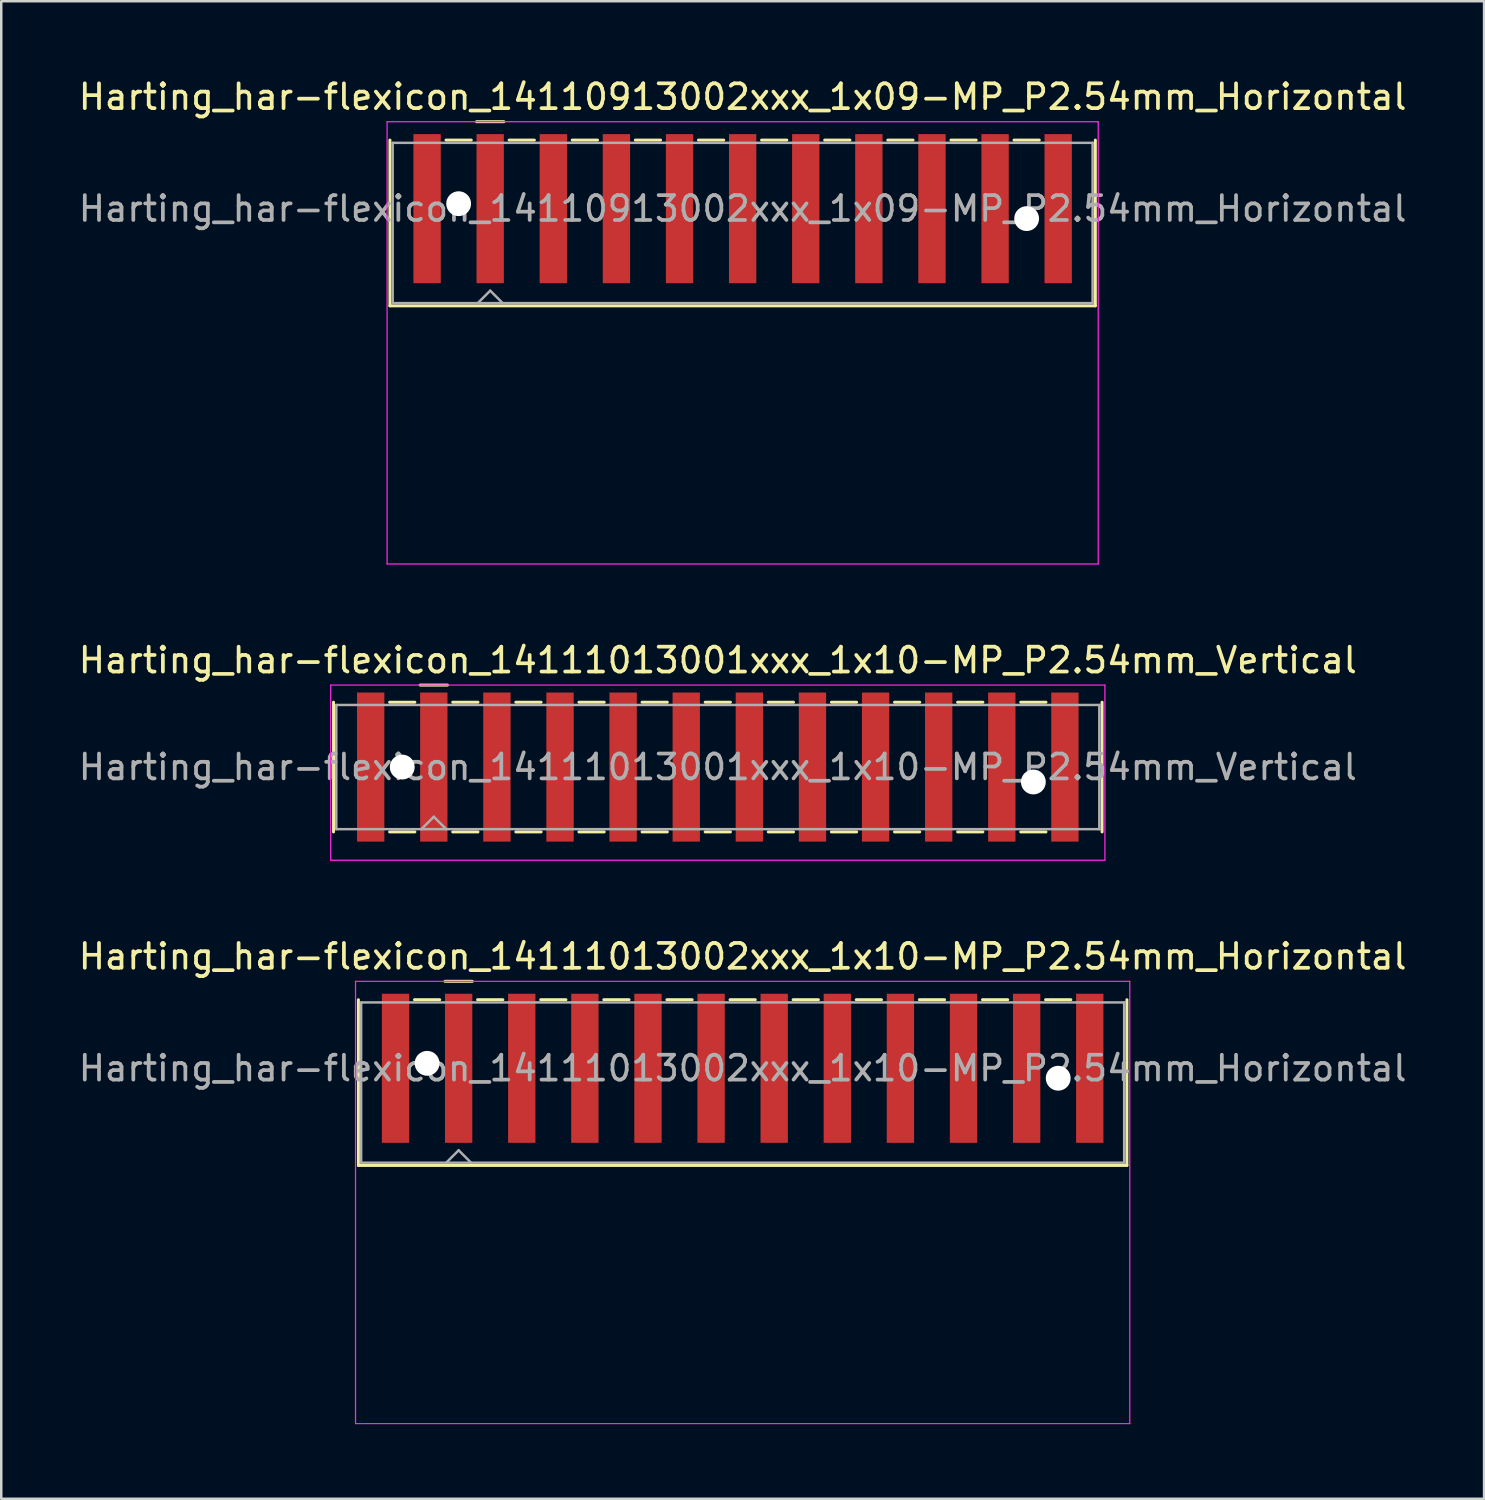
<source format=kicad_pcb>
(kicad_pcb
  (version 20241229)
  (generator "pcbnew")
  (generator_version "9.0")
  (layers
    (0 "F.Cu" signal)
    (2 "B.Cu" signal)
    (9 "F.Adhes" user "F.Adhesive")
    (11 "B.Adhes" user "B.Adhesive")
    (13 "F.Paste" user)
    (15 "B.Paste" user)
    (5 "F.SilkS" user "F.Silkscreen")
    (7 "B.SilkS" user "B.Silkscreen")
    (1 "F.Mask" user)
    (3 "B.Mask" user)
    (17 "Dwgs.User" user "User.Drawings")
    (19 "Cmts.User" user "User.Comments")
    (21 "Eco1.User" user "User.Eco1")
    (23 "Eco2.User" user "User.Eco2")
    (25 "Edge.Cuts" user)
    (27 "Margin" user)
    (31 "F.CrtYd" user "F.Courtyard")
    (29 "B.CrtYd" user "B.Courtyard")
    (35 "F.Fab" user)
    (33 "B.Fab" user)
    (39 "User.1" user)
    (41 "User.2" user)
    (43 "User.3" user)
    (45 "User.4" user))
  (footprint "Harting_har-flexicon_14111013001xxx_1x10-MP_P2.54mm_Vertical"
    (layer "F.Cu")
    (at 25.839 27.822)
    (property "Reference" "Harting_har-flexicon_14111013001xxx_1x10-MP_P2.54mm_Vertical" (at 0 -4.3 0) (layer "F.SilkS") (effects (font (size 1 1) (thickness 0.15))))
    (attr smd)
    (fp_line (start -15.465 -2.61) (end -15.465 2.61) (stroke (width 0.12) (type solid)) (layer "F.SilkS"))
    (fp_line (start -13.208 -2.61) (end -12.192 -2.61) (stroke (width 0.12) (type solid)) (layer "F.SilkS"))
    (fp_line (start -13.208 2.61) (end -12.192 2.61) (stroke (width 0.12) (type solid)) (layer "F.SilkS"))
    (fp_line (start -11.98 -3.3) (end -10.88 -3.3) (stroke (width 0.12) (type solid)) (layer "F.SilkS"))
    (fp_line (start -10.668 -2.61) (end -9.652 -2.61) (stroke (width 0.12) (type solid)) (layer "F.SilkS"))
    (fp_line (start -10.668 2.61) (end -9.652 2.61) (stroke (width 0.12) (type solid)) (layer "F.SilkS"))
    (fp_line (start -8.128 -2.61) (end -7.112 -2.61) (stroke (width 0.12) (type solid)) (layer "F.SilkS"))
    (fp_line (start -8.128 2.61) (end -7.112 2.61) (stroke (width 0.12) (type solid)) (layer "F.SilkS"))
    (fp_line (start -5.588 -2.61) (end -4.572 -2.61) (stroke (width 0.12) (type solid)) (layer "F.SilkS"))
    (fp_line (start -5.588 2.61) (end -4.572 2.61) (stroke (width 0.12) (type solid)) (layer "F.SilkS"))
    (fp_line (start -3.048 -2.61) (end -2.032 -2.61) (stroke (width 0.12) (type solid)) (layer "F.SilkS"))
    (fp_line (start -3.048 2.61) (end -2.032 2.61) (stroke (width 0.12) (type solid)) (layer "F.SilkS"))
    (fp_line (start -0.508 -2.61) (end 0.508 -2.61) (stroke (width 0.12) (type solid)) (layer "F.SilkS"))
    (fp_line (start -0.508 2.61) (end 0.508 2.61) (stroke (width 0.12) (type solid)) (layer "F.SilkS"))
    (fp_line (start 2.032 -2.61) (end 3.048 -2.61) (stroke (width 0.12) (type solid)) (layer "F.SilkS"))
    (fp_line (start 2.032 2.61) (end 3.048 2.61) (stroke (width 0.12) (type solid)) (layer "F.SilkS"))
    (fp_line (start 4.572 -2.61) (end 5.588 -2.61) (stroke (width 0.12) (type solid)) (layer "F.SilkS"))
    (fp_line (start 4.572 2.61) (end 5.588 2.61) (stroke (width 0.12) (type solid)) (layer "F.SilkS"))
    (fp_line (start 7.112 -2.61) (end 8.128 -2.61) (stroke (width 0.12) (type solid)) (layer "F.SilkS"))
    (fp_line (start 7.112 2.61) (end 8.128 2.61) (stroke (width 0.12) (type solid)) (layer "F.SilkS"))
    (fp_line (start 9.652 -2.61) (end 10.668 -2.61) (stroke (width 0.12) (type solid)) (layer "F.SilkS"))
    (fp_line (start 9.652 2.61) (end 10.668 2.61) (stroke (width 0.12) (type solid)) (layer "F.SilkS"))
    (fp_line (start 12.192 -2.61) (end 13.208 -2.61) (stroke (width 0.12) (type solid)) (layer "F.SilkS"))
    (fp_line (start 12.192 2.61) (end 13.208 2.61) (stroke (width 0.12) (type solid)) (layer "F.SilkS"))
    (fp_line (start 15.465 -2.61) (end 15.465 2.61) (stroke (width 0.12) (type solid)) (layer "F.SilkS"))
    (fp_line (start -15.58 -3.3) (end -15.58 3.75) (stroke (width 0.05) (type solid)) (layer "F.CrtYd"))
    (fp_line (start -15.58 3.75) (end 15.58 3.75) (stroke (width 0.05) (type solid)) (layer "F.CrtYd"))
    (fp_line (start 15.58 -3.3) (end -15.58 -3.3) (stroke (width 0.05) (type solid)) (layer "F.CrtYd"))
    (fp_line (start 15.58 3.75) (end 15.58 -3.3) (stroke (width 0.05) (type solid)) (layer "F.CrtYd"))
    (fp_line (start -15.355 -2.5) (end -15.355 2.5) (stroke (width 0.1) (type solid)) (layer "F.Fab"))
    (fp_line (start -15.355 2.5) (end 15.355 2.5) (stroke (width 0.1) (type solid)) (layer "F.Fab"))
    (fp_line (start -11.93 2.5) (end -11.43 2) (stroke (width 0.1) (type solid)) (layer "F.Fab"))
    (fp_line (start -11.43 2) (end -10.93 2.5) (stroke (width 0.1) (type solid)) (layer "F.Fab"))
    (fp_line (start 15.355 -2.5) (end -15.355 -2.5) (stroke (width 0.1) (type solid)) (layer "F.Fab"))
    (fp_line (start 15.355 2.5) (end 15.355 -2.5) (stroke (width 0.1) (type solid)) (layer "F.Fab"))
    (fp_text user "${REFERENCE}" (at 0 0 0) (layer "F.Fab") (effects (font (size 1 1) (thickness 0.15))))
    (pad "" np_thru_hole circle (at -12.7 0) (size 1 1) (drill 1) (layers "*.Cu" "*.Mask"))
    (pad "" np_thru_hole circle (at 12.7 0.6) (size 1 1) (drill 1) (layers "*.Cu" "*.Mask"))
    (pad "1" smd rect (at -11.43 0) (size 1.1 6) (layers "F.Cu" "F.Mask" "F.Paste"))
    (pad "2" smd rect (at -8.89 0) (size 1.1 6) (layers "F.Cu" "F.Mask" "F.Paste"))
    (pad "3" smd rect (at -6.35 0) (size 1.1 6) (layers "F.Cu" "F.Mask" "F.Paste"))
    (pad "4" smd rect (at -3.81 0) (size 1.1 6) (layers "F.Cu" "F.Mask" "F.Paste"))
    (pad "5" smd rect (at -1.27 0) (size 1.1 6) (layers "F.Cu" "F.Mask" "F.Paste"))
    (pad "6" smd rect (at 1.27 0) (size 1.1 6) (layers "F.Cu" "F.Mask" "F.Paste"))
    (pad "7" smd rect (at 3.81 0) (size 1.1 6) (layers "F.Cu" "F.Mask" "F.Paste"))
    (pad "8" smd rect (at 6.35 0) (size 1.1 6) (layers "F.Cu" "F.Mask" "F.Paste"))
    (pad "9" smd rect (at 8.89 0) (size 1.1 6) (layers "F.Cu" "F.Mask" "F.Paste"))
    (pad "10" smd rect (at 11.43 0) (size 1.1 6) (layers "F.Cu" "F.Mask" "F.Paste"))
    (pad "MP" smd rect (at -13.97 0) (size 1.1 6) (layers "F.Cu" "F.Mask" "F.Paste"))
    (pad "MP" smd rect (at 13.97 0) (size 1.1 6) (layers "F.Cu" "F.Mask" "F.Paste")))
  (footprint "Harting_har-flexicon_14110913002xxx_1x09-MP_P2.54mm_Horizontal"
    (layer "F.Cu")
    (at 26.839 6.648)
    (property "Reference" "Harting_har-flexicon_14110913002xxx_1x09-MP_P2.54mm_Horizontal" (at 0 -5.8 0) (layer "F.SilkS") (effects (font (size 1 1) (thickness 0.15))))
    (attr smd)
    (fp_line (start -14.195 -4.06) (end -14.195 2.61) (stroke (width 0.12) (type solid)) (layer "F.SilkS"))
    (fp_line (start -11.938 -4.06) (end -10.922 -4.06) (stroke (width 0.12) (type solid)) (layer "F.SilkS"))
    (fp_line (start -10.71 -4.8) (end -9.61 -4.8) (stroke (width 0.12) (type solid)) (layer "F.SilkS"))
    (fp_line (start -9.398 -4.06) (end -8.382 -4.06) (stroke (width 0.12) (type solid)) (layer "F.SilkS"))
    (fp_line (start -6.858 -4.06) (end -5.842 -4.06) (stroke (width 0.12) (type solid)) (layer "F.SilkS"))
    (fp_line (start -4.318 -4.06) (end -3.302 -4.06) (stroke (width 0.12) (type solid)) (layer "F.SilkS"))
    (fp_line (start -1.778 -4.06) (end -0.762 -4.06) (stroke (width 0.12) (type solid)) (layer "F.SilkS"))
    (fp_line (start 0.762 -4.06) (end 1.778 -4.06) (stroke (width 0.12) (type solid)) (layer "F.SilkS"))
    (fp_line (start 3.302 -4.06) (end 4.318 -4.06) (stroke (width 0.12) (type solid)) (layer "F.SilkS"))
    (fp_line (start 5.842 -4.06) (end 6.858 -4.06) (stroke (width 0.12) (type solid)) (layer "F.SilkS"))
    (fp_line (start 8.382 -4.06) (end 9.398 -4.06) (stroke (width 0.12) (type solid)) (layer "F.SilkS"))
    (fp_line (start 10.922 -4.06) (end 11.938 -4.06) (stroke (width 0.12) (type solid)) (layer "F.SilkS"))
    (fp_line (start 14.195 -4.06) (end 14.195 2.61) (stroke (width 0.12) (type solid)) (layer "F.SilkS"))
    (fp_line (start 14.195 2.61) (end -14.195 2.61) (stroke (width 0.12) (type solid)) (layer "F.SilkS"))
    (fp_line (start -14.31 -4.8) (end -14.31 13) (stroke (width 0.05) (type solid)) (layer "F.CrtYd"))
    (fp_line (start -14.31 13) (end 14.31 13) (stroke (width 0.05) (type solid)) (layer "F.CrtYd"))
    (fp_line (start 14.31 -4.8) (end -14.31 -4.8) (stroke (width 0.05) (type solid)) (layer "F.CrtYd"))
    (fp_line (start 14.31 13) (end 14.31 -4.8) (stroke (width 0.05) (type solid)) (layer "F.CrtYd"))
    (fp_line (start -14.085 -3.95) (end -14.085 2.5) (stroke (width 0.1) (type solid)) (layer "F.Fab"))
    (fp_line (start -14.085 2.5) (end 14.085 2.5) (stroke (width 0.1) (type solid)) (layer "F.Fab"))
    (fp_line (start -10.66 2.5) (end -10.16 2) (stroke (width 0.1) (type solid)) (layer "F.Fab"))
    (fp_line (start -10.16 2) (end -9.66 2.5) (stroke (width 0.1) (type solid)) (layer "F.Fab"))
    (fp_line (start 14.085 -3.95) (end -14.085 -3.95) (stroke (width 0.1) (type solid)) (layer "F.Fab"))
    (fp_line (start 14.085 2.5) (end 14.085 -3.95) (stroke (width 0.1) (type solid)) (layer "F.Fab"))
    (fp_text user "${REFERENCE}" (at 0 -1.3 0) (layer "F.Fab") (effects (font (size 1 1) (thickness 0.15))))
    (pad "" np_thru_hole circle (at -11.43 -1.5) (size 1 1) (drill 1) (layers "*.Cu" "*.Mask"))
    (pad "" np_thru_hole circle (at 11.43 -0.9) (size 1 1) (drill 1) (layers "*.Cu" "*.Mask"))
    (pad "1" smd rect (at -10.16 -1.3) (size 1.1 6) (layers "F.Cu" "F.Mask" "F.Paste"))
    (pad "2" smd rect (at -7.62 -1.3) (size 1.1 6) (layers "F.Cu" "F.Mask" "F.Paste"))
    (pad "3" smd rect (at -5.08 -1.3) (size 1.1 6) (layers "F.Cu" "F.Mask" "F.Paste"))
    (pad "4" smd rect (at -2.54 -1.3) (size 1.1 6) (layers "F.Cu" "F.Mask" "F.Paste"))
    (pad "5" smd rect (at 0 -1.3) (size 1.1 6) (layers "F.Cu" "F.Mask" "F.Paste"))
    (pad "6" smd rect (at 2.54 -1.3) (size 1.1 6) (layers "F.Cu" "F.Mask" "F.Paste"))
    (pad "7" smd rect (at 5.08 -1.3) (size 1.1 6) (layers "F.Cu" "F.Mask" "F.Paste"))
    (pad "8" smd rect (at 7.62 -1.3) (size 1.1 6) (layers "F.Cu" "F.Mask" "F.Paste"))
    (pad "9" smd rect (at 10.16 -1.3) (size 1.1 6) (layers "F.Cu" "F.Mask" "F.Paste"))
    (pad "MP" smd rect (at -12.7 -1.3) (size 1.1 6) (layers "F.Cu" "F.Mask" "F.Paste"))
    (pad "MP" smd rect (at 12.7 -1.3) (size 1.1 6) (layers "F.Cu" "F.Mask" "F.Paste")))
  (footprint "Harting_har-flexicon_14111013002xxx_1x10-MP_P2.54mm_Horizontal"
    (layer "F.Cu")
    (at 26.839 41.245)
    (property "Reference" "Harting_har-flexicon_14111013002xxx_1x10-MP_P2.54mm_Horizontal" (at 0 -5.8 0) (layer "F.SilkS") (effects (font (size 1 1) (thickness 0.15))))
    (attr smd)
    (fp_line (start -15.465 -4.06) (end -15.465 2.61) (stroke (width 0.12) (type solid)) (layer "F.SilkS"))
    (fp_line (start -13.208 -4.06) (end -12.192 -4.06) (stroke (width 0.12) (type solid)) (layer "F.SilkS"))
    (fp_line (start -11.98 -4.8) (end -10.88 -4.8) (stroke (width 0.12) (type solid)) (layer "F.SilkS"))
    (fp_line (start -10.668 -4.06) (end -9.652 -4.06) (stroke (width 0.12) (type solid)) (layer "F.SilkS"))
    (fp_line (start -8.128 -4.06) (end -7.112 -4.06) (stroke (width 0.12) (type solid)) (layer "F.SilkS"))
    (fp_line (start -5.588 -4.06) (end -4.572 -4.06) (stroke (width 0.12) (type solid)) (layer "F.SilkS"))
    (fp_line (start -3.048 -4.06) (end -2.032 -4.06) (stroke (width 0.12) (type solid)) (layer "F.SilkS"))
    (fp_line (start -0.508 -4.06) (end 0.508 -4.06) (stroke (width 0.12) (type solid)) (layer "F.SilkS"))
    (fp_line (start 2.032 -4.06) (end 3.048 -4.06) (stroke (width 0.12) (type solid)) (layer "F.SilkS"))
    (fp_line (start 4.572 -4.06) (end 5.588 -4.06) (stroke (width 0.12) (type solid)) (layer "F.SilkS"))
    (fp_line (start 7.112 -4.06) (end 8.128 -4.06) (stroke (width 0.12) (type solid)) (layer "F.SilkS"))
    (fp_line (start 9.652 -4.06) (end 10.668 -4.06) (stroke (width 0.12) (type solid)) (layer "F.SilkS"))
    (fp_line (start 12.192 -4.06) (end 13.208 -4.06) (stroke (width 0.12) (type solid)) (layer "F.SilkS"))
    (fp_line (start 15.465 -4.06) (end 15.465 2.61) (stroke (width 0.12) (type solid)) (layer "F.SilkS"))
    (fp_line (start 15.465 2.61) (end -15.465 2.61) (stroke (width 0.12) (type solid)) (layer "F.SilkS"))
    (fp_line (start -15.58 -4.8) (end -15.58 13) (stroke (width 0.05) (type solid)) (layer "F.CrtYd"))
    (fp_line (start -15.58 13) (end 15.58 13) (stroke (width 0.05) (type solid)) (layer "F.CrtYd"))
    (fp_line (start 15.58 -4.8) (end -15.58 -4.8) (stroke (width 0.05) (type solid)) (layer "F.CrtYd"))
    (fp_line (start 15.58 13) (end 15.58 -4.8) (stroke (width 0.05) (type solid)) (layer "F.CrtYd"))
    (fp_line (start -15.355 -3.95) (end -15.355 2.5) (stroke (width 0.1) (type solid)) (layer "F.Fab"))
    (fp_line (start -15.355 2.5) (end 15.355 2.5) (stroke (width 0.1) (type solid)) (layer "F.Fab"))
    (fp_line (start -11.93 2.5) (end -11.43 2) (stroke (width 0.1) (type solid)) (layer "F.Fab"))
    (fp_line (start -11.43 2) (end -10.93 2.5) (stroke (width 0.1) (type solid)) (layer "F.Fab"))
    (fp_line (start 15.355 -3.95) (end -15.355 -3.95) (stroke (width 0.1) (type solid)) (layer "F.Fab"))
    (fp_line (start 15.355 2.5) (end 15.355 -3.95) (stroke (width 0.1) (type solid)) (layer "F.Fab"))
    (fp_text user "${REFERENCE}" (at 0 -1.3 0) (layer "F.Fab") (effects (font (size 1 1) (thickness 0.15))))
    (pad "" np_thru_hole circle (at -12.7 -1.5) (size 1 1) (drill 1) (layers "*.Cu" "*.Mask"))
    (pad "" np_thru_hole circle (at 12.7 -0.9) (size 1 1) (drill 1) (layers "*.Cu" "*.Mask"))
    (pad "1" smd rect (at -11.43 -1.3) (size 1.1 6) (layers "F.Cu" "F.Mask" "F.Paste"))
    (pad "2" smd rect (at -8.89 -1.3) (size 1.1 6) (layers "F.Cu" "F.Mask" "F.Paste"))
    (pad "3" smd rect (at -6.35 -1.3) (size 1.1 6) (layers "F.Cu" "F.Mask" "F.Paste"))
    (pad "4" smd rect (at -3.81 -1.3) (size 1.1 6) (layers "F.Cu" "F.Mask" "F.Paste"))
    (pad "5" smd rect (at -1.27 -1.3) (size 1.1 6) (layers "F.Cu" "F.Mask" "F.Paste"))
    (pad "6" smd rect (at 1.27 -1.3) (size 1.1 6) (layers "F.Cu" "F.Mask" "F.Paste"))
    (pad "7" smd rect (at 3.81 -1.3) (size 1.1 6) (layers "F.Cu" "F.Mask" "F.Paste"))
    (pad "8" smd rect (at 6.35 -1.3) (size 1.1 6) (layers "F.Cu" "F.Mask" "F.Paste"))
    (pad "9" smd rect (at 8.89 -1.3) (size 1.1 6) (layers "F.Cu" "F.Mask" "F.Paste"))
    (pad "10" smd rect (at 11.43 -1.3) (size 1.1 6) (layers "F.Cu" "F.Mask" "F.Paste"))
    (pad "MP" smd rect (at -13.97 -1.3) (size 1.1 6) (layers "F.Cu" "F.Mask" "F.Paste"))
    (pad "MP" smd rect (at 13.97 -1.3) (size 1.1 6) (layers "F.Cu" "F.Mask" "F.Paste")))
  (gr_rect
    (start -3 -3)
    (end 56.679 57.27)
    (stroke (width 0.1) (type default))
    (fill no)
    (layer "Edge.Cuts")))
</source>
